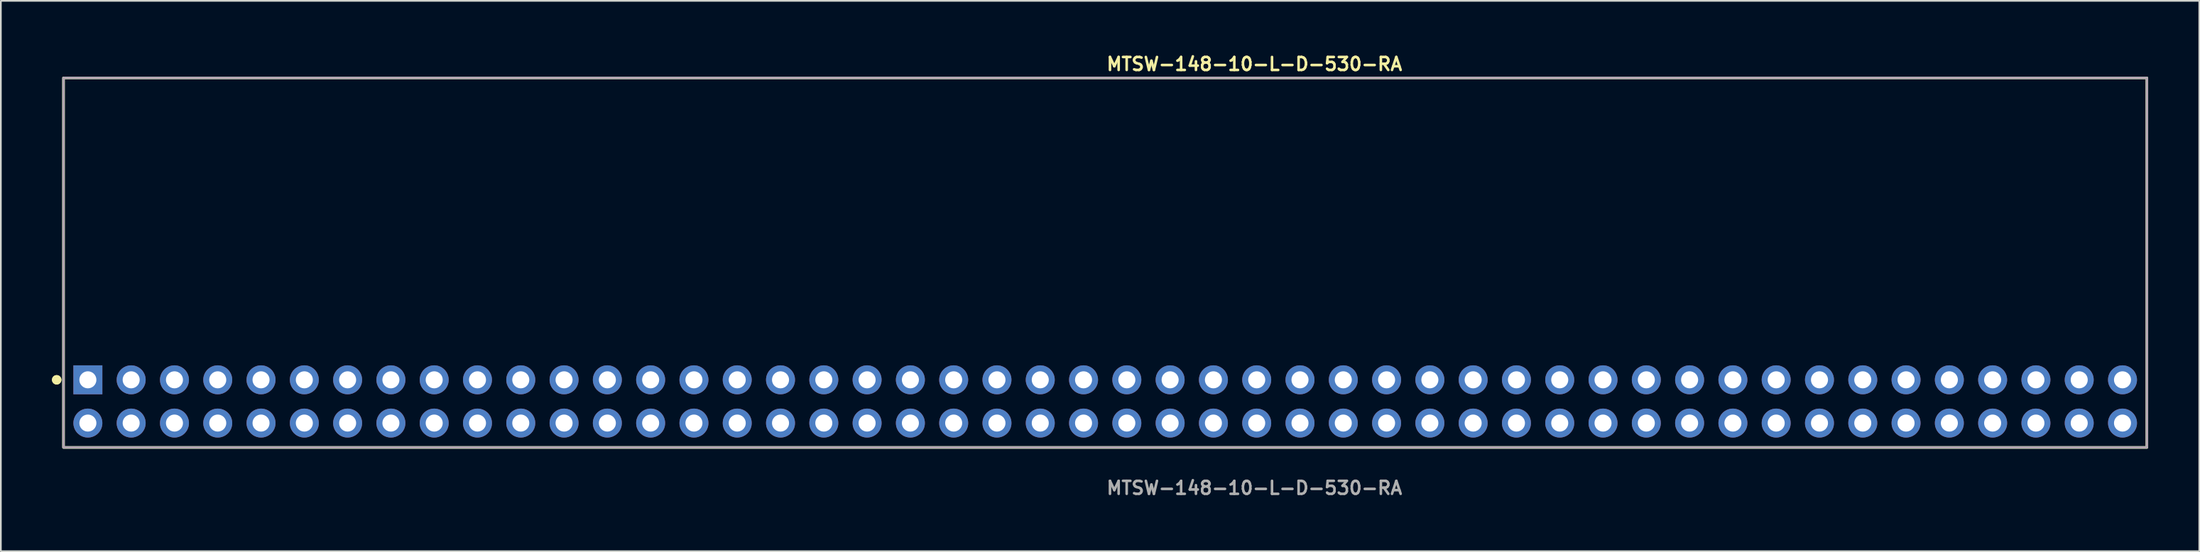
<source format=kicad_pcb>
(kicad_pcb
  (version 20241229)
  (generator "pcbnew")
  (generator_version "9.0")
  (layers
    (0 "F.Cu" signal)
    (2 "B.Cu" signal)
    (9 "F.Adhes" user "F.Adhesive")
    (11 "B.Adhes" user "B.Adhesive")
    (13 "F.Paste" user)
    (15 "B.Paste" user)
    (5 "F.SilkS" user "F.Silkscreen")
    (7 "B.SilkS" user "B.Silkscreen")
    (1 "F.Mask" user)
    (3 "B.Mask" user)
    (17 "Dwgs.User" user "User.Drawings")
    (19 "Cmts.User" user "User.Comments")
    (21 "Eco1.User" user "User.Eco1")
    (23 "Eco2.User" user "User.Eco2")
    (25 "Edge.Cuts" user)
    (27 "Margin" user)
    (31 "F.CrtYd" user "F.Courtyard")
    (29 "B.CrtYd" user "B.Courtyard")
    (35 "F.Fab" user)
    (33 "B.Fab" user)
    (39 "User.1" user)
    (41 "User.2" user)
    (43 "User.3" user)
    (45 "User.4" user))
  (footprint "MTSW-148-10-L-D-530-RA"
    (layer "F.Cu")
    (at 61.796 20.525)
    (property "Reference" "MTSW-148-10-L-D-530-RA" (at 0 -19.812 0) (unlocked yes) (layer "F.SilkS") (effects (font (size 0.762 0.762) (thickness 0.152)) (justify left)))
    (fp_rect (start -61.12 2.7) (end 61.12 -19) (stroke (width 0.152) (type solid)) (fill no) (layer "F.SilkS"))
    (fp_circle (center -61.52 -1.27) (end -61.72 -1.27) (stroke (width 0.152) (type solid)) (fill yes) (layer "F.SilkS"))
    (fp_circle (center -61.52 -1.27) (end -61.72 -1.27) (stroke (width 0.152) (type solid)) (fill yes) (layer "F.SilkS"))
    (fp_rect (start -61.12 2.7) (end 61.12 -19) (stroke (width 0.006) (type solid)) (fill no) (layer "F.CrtYd"))
    (fp_rect (start -61.12 2.7) (end 61.12 -19) (stroke (width 0.152) (type solid)) (fill no) (layer "F.Fab"))
    (fp_text user "${REFERENCE}" (at 0 5.08 0) (unlocked yes) (layer "F.Fab") (effects (font (size 0.762 0.762) (thickness 0.152)) (justify left)))
    (pad "1" thru_hole rect (at -59.69 -1.27) (size 1.7 1.7) (drill 1) (layers "*.Cu" "*.Mask"))
    (pad "2" thru_hole circle (at -59.69 1.27) (size 1.7 1.7) (drill 1) (layers "*.Cu" "*.Mask"))
    (pad "3" thru_hole circle (at -57.15 -1.27) (size 1.7 1.7) (drill 1) (layers "*.Cu" "*.Mask"))
    (pad "4" thru_hole circle (at -57.15 1.27) (size 1.7 1.7) (drill 1) (layers "*.Cu" "*.Mask"))
    (pad "5" thru_hole circle (at -54.61 -1.27) (size 1.7 1.7) (drill 1) (layers "*.Cu" "*.Mask"))
    (pad "6" thru_hole circle (at -54.61 1.27) (size 1.7 1.7) (drill 1) (layers "*.Cu" "*.Mask"))
    (pad "7" thru_hole circle (at -52.07 -1.27) (size 1.7 1.7) (drill 1) (layers "*.Cu" "*.Mask"))
    (pad "8" thru_hole circle (at -52.07 1.27) (size 1.7 1.7) (drill 1) (layers "*.Cu" "*.Mask"))
    (pad "9" thru_hole circle (at -49.53 -1.27) (size 1.7 1.7) (drill 1) (layers "*.Cu" "*.Mask"))
    (pad "10" thru_hole circle (at -49.53 1.27) (size 1.7 1.7) (drill 1) (layers "*.Cu" "*.Mask"))
    (pad "11" thru_hole circle (at -46.99 -1.27) (size 1.7 1.7) (drill 1) (layers "*.Cu" "*.Mask"))
    (pad "12" thru_hole circle (at -46.99 1.27) (size 1.7 1.7) (drill 1) (layers "*.Cu" "*.Mask"))
    (pad "13" thru_hole circle (at -44.45 -1.27) (size 1.7 1.7) (drill 1) (layers "*.Cu" "*.Mask"))
    (pad "14" thru_hole circle (at -44.45 1.27) (size 1.7 1.7) (drill 1) (layers "*.Cu" "*.Mask"))
    (pad "15" thru_hole circle (at -41.91 -1.27) (size 1.7 1.7) (drill 1) (layers "*.Cu" "*.Mask"))
    (pad "16" thru_hole circle (at -41.91 1.27) (size 1.7 1.7) (drill 1) (layers "*.Cu" "*.Mask"))
    (pad "17" thru_hole circle (at -39.37 -1.27) (size 1.7 1.7) (drill 1) (layers "*.Cu" "*.Mask"))
    (pad "18" thru_hole circle (at -39.37 1.27) (size 1.7 1.7) (drill 1) (layers "*.Cu" "*.Mask"))
    (pad "19" thru_hole circle (at -36.83 -1.27) (size 1.7 1.7) (drill 1) (layers "*.Cu" "*.Mask"))
    (pad "20" thru_hole circle (at -36.83 1.27) (size 1.7 1.7) (drill 1) (layers "*.Cu" "*.Mask"))
    (pad "21" thru_hole circle (at -34.29 -1.27) (size 1.7 1.7) (drill 1) (layers "*.Cu" "*.Mask"))
    (pad "22" thru_hole circle (at -34.29 1.27) (size 1.7 1.7) (drill 1) (layers "*.Cu" "*.Mask"))
    (pad "23" thru_hole circle (at -31.75 -1.27) (size 1.7 1.7) (drill 1) (layers "*.Cu" "*.Mask"))
    (pad "24" thru_hole circle (at -31.75 1.27) (size 1.7 1.7) (drill 1) (layers "*.Cu" "*.Mask"))
    (pad "25" thru_hole circle (at -29.21 -1.27) (size 1.7 1.7) (drill 1) (layers "*.Cu" "*.Mask"))
    (pad "26" thru_hole circle (at -29.21 1.27) (size 1.7 1.7) (drill 1) (layers "*.Cu" "*.Mask"))
    (pad "27" thru_hole circle (at -26.67 -1.27) (size 1.7 1.7) (drill 1) (layers "*.Cu" "*.Mask"))
    (pad "28" thru_hole circle (at -26.67 1.27) (size 1.7 1.7) (drill 1) (layers "*.Cu" "*.Mask"))
    (pad "29" thru_hole circle (at -24.13 -1.27) (size 1.7 1.7) (drill 1) (layers "*.Cu" "*.Mask"))
    (pad "30" thru_hole circle (at -24.13 1.27) (size 1.7 1.7) (drill 1) (layers "*.Cu" "*.Mask"))
    (pad "31" thru_hole circle (at -21.59 -1.27) (size 1.7 1.7) (drill 1) (layers "*.Cu" "*.Mask"))
    (pad "32" thru_hole circle (at -21.59 1.27) (size 1.7 1.7) (drill 1) (layers "*.Cu" "*.Mask"))
    (pad "33" thru_hole circle (at -19.05 -1.27) (size 1.7 1.7) (drill 1) (layers "*.Cu" "*.Mask"))
    (pad "34" thru_hole circle (at -19.05 1.27) (size 1.7 1.7) (drill 1) (layers "*.Cu" "*.Mask"))
    (pad "35" thru_hole circle (at -16.51 -1.27) (size 1.7 1.7) (drill 1) (layers "*.Cu" "*.Mask"))
    (pad "36" thru_hole circle (at -16.51 1.27) (size 1.7 1.7) (drill 1) (layers "*.Cu" "*.Mask"))
    (pad "37" thru_hole circle (at -13.97 -1.27) (size 1.7 1.7) (drill 1) (layers "*.Cu" "*.Mask"))
    (pad "38" thru_hole circle (at -13.97 1.27) (size 1.7 1.7) (drill 1) (layers "*.Cu" "*.Mask"))
    (pad "39" thru_hole circle (at -11.43 -1.27) (size 1.7 1.7) (drill 1) (layers "*.Cu" "*.Mask"))
    (pad "40" thru_hole circle (at -11.43 1.27) (size 1.7 1.7) (drill 1) (layers "*.Cu" "*.Mask"))
    (pad "41" thru_hole circle (at -8.89 -1.27) (size 1.7 1.7) (drill 1) (layers "*.Cu" "*.Mask"))
    (pad "42" thru_hole circle (at -8.89 1.27) (size 1.7 1.7) (drill 1) (layers "*.Cu" "*.Mask"))
    (pad "43" thru_hole circle (at -6.35 -1.27) (size 1.7 1.7) (drill 1) (layers "*.Cu" "*.Mask"))
    (pad "44" thru_hole circle (at -6.35 1.27) (size 1.7 1.7) (drill 1) (layers "*.Cu" "*.Mask"))
    (pad "45" thru_hole circle (at -3.81 -1.27) (size 1.7 1.7) (drill 1) (layers "*.Cu" "*.Mask"))
    (pad "46" thru_hole circle (at -3.81 1.27) (size 1.7 1.7) (drill 1) (layers "*.Cu" "*.Mask"))
    (pad "47" thru_hole circle (at -1.27 -1.27) (size 1.7 1.7) (drill 1) (layers "*.Cu" "*.Mask"))
    (pad "48" thru_hole circle (at -1.27 1.27) (size 1.7 1.7) (drill 1) (layers "*.Cu" "*.Mask"))
    (pad "49" thru_hole circle (at 1.27 -1.27) (size 1.7 1.7) (drill 1) (layers "*.Cu" "*.Mask"))
    (pad "50" thru_hole circle (at 1.27 1.27) (size 1.7 1.7) (drill 1) (layers "*.Cu" "*.Mask"))
    (pad "51" thru_hole circle (at 3.81 -1.27) (size 1.7 1.7) (drill 1) (layers "*.Cu" "*.Mask"))
    (pad "52" thru_hole circle (at 3.81 1.27) (size 1.7 1.7) (drill 1) (layers "*.Cu" "*.Mask"))
    (pad "53" thru_hole circle (at 6.35 -1.27) (size 1.7 1.7) (drill 1) (layers "*.Cu" "*.Mask"))
    (pad "54" thru_hole circle (at 6.35 1.27) (size 1.7 1.7) (drill 1) (layers "*.Cu" "*.Mask"))
    (pad "55" thru_hole circle (at 8.89 -1.27) (size 1.7 1.7) (drill 1) (layers "*.Cu" "*.Mask"))
    (pad "56" thru_hole circle (at 8.89 1.27) (size 1.7 1.7) (drill 1) (layers "*.Cu" "*.Mask"))
    (pad "57" thru_hole circle (at 11.43 -1.27) (size 1.7 1.7) (drill 1) (layers "*.Cu" "*.Mask"))
    (pad "58" thru_hole circle (at 11.43 1.27) (size 1.7 1.7) (drill 1) (layers "*.Cu" "*.Mask"))
    (pad "59" thru_hole circle (at 13.97 -1.27) (size 1.7 1.7) (drill 1) (layers "*.Cu" "*.Mask"))
    (pad "60" thru_hole circle (at 13.97 1.27) (size 1.7 1.7) (drill 1) (layers "*.Cu" "*.Mask"))
    (pad "61" thru_hole circle (at 16.51 -1.27) (size 1.7 1.7) (drill 1) (layers "*.Cu" "*.Mask"))
    (pad "62" thru_hole circle (at 16.51 1.27) (size 1.7 1.7) (drill 1) (layers "*.Cu" "*.Mask"))
    (pad "63" thru_hole circle (at 19.05 -1.27) (size 1.7 1.7) (drill 1) (layers "*.Cu" "*.Mask"))
    (pad "64" thru_hole circle (at 19.05 1.27) (size 1.7 1.7) (drill 1) (layers "*.Cu" "*.Mask"))
    (pad "65" thru_hole circle (at 21.59 -1.27) (size 1.7 1.7) (drill 1) (layers "*.Cu" "*.Mask"))
    (pad "66" thru_hole circle (at 21.59 1.27) (size 1.7 1.7) (drill 1) (layers "*.Cu" "*.Mask"))
    (pad "67" thru_hole circle (at 24.13 -1.27) (size 1.7 1.7) (drill 1) (layers "*.Cu" "*.Mask"))
    (pad "68" thru_hole circle (at 24.13 1.27) (size 1.7 1.7) (drill 1) (layers "*.Cu" "*.Mask"))
    (pad "69" thru_hole circle (at 26.67 -1.27) (size 1.7 1.7) (drill 1) (layers "*.Cu" "*.Mask"))
    (pad "70" thru_hole circle (at 26.67 1.27) (size 1.7 1.7) (drill 1) (layers "*.Cu" "*.Mask"))
    (pad "71" thru_hole circle (at 29.21 -1.27) (size 1.7 1.7) (drill 1) (layers "*.Cu" "*.Mask"))
    (pad "72" thru_hole circle (at 29.21 1.27) (size 1.7 1.7) (drill 1) (layers "*.Cu" "*.Mask"))
    (pad "73" thru_hole circle (at 31.75 -1.27) (size 1.7 1.7) (drill 1) (layers "*.Cu" "*.Mask"))
    (pad "74" thru_hole circle (at 31.75 1.27) (size 1.7 1.7) (drill 1) (layers "*.Cu" "*.Mask"))
    (pad "75" thru_hole circle (at 34.29 -1.27) (size 1.7 1.7) (drill 1) (layers "*.Cu" "*.Mask"))
    (pad "76" thru_hole circle (at 34.29 1.27) (size 1.7 1.7) (drill 1) (layers "*.Cu" "*.Mask"))
    (pad "77" thru_hole circle (at 36.83 -1.27) (size 1.7 1.7) (drill 1) (layers "*.Cu" "*.Mask"))
    (pad "78" thru_hole circle (at 36.83 1.27) (size 1.7 1.7) (drill 1) (layers "*.Cu" "*.Mask"))
    (pad "79" thru_hole circle (at 39.37 -1.27) (size 1.7 1.7) (drill 1) (layers "*.Cu" "*.Mask"))
    (pad "80" thru_hole circle (at 39.37 1.27) (size 1.7 1.7) (drill 1) (layers "*.Cu" "*.Mask"))
    (pad "81" thru_hole circle (at 41.91 -1.27) (size 1.7 1.7) (drill 1) (layers "*.Cu" "*.Mask"))
    (pad "82" thru_hole circle (at 41.91 1.27) (size 1.7 1.7) (drill 1) (layers "*.Cu" "*.Mask"))
    (pad "83" thru_hole circle (at 44.45 -1.27) (size 1.7 1.7) (drill 1) (layers "*.Cu" "*.Mask"))
    (pad "84" thru_hole circle (at 44.45 1.27) (size 1.7 1.7) (drill 1) (layers "*.Cu" "*.Mask"))
    (pad "85" thru_hole circle (at 46.99 -1.27) (size 1.7 1.7) (drill 1) (layers "*.Cu" "*.Mask"))
    (pad "86" thru_hole circle (at 46.99 1.27) (size 1.7 1.7) (drill 1) (layers "*.Cu" "*.Mask"))
    (pad "87" thru_hole circle (at 49.53 -1.27) (size 1.7 1.7) (drill 1) (layers "*.Cu" "*.Mask"))
    (pad "88" thru_hole circle (at 49.53 1.27) (size 1.7 1.7) (drill 1) (layers "*.Cu" "*.Mask"))
    (pad "89" thru_hole circle (at 52.07 -1.27) (size 1.7 1.7) (drill 1) (layers "*.Cu" "*.Mask"))
    (pad "90" thru_hole circle (at 52.07 1.27) (size 1.7 1.7) (drill 1) (layers "*.Cu" "*.Mask"))
    (pad "91" thru_hole circle (at 54.61 -1.27) (size 1.7 1.7) (drill 1) (layers "*.Cu" "*.Mask"))
    (pad "92" thru_hole circle (at 54.61 1.27) (size 1.7 1.7) (drill 1) (layers "*.Cu" "*.Mask"))
    (pad "93" thru_hole circle (at 57.15 -1.27) (size 1.7 1.7) (drill 1) (layers "*.Cu" "*.Mask"))
    (pad "94" thru_hole circle (at 57.15 1.27) (size 1.7 1.7) (drill 1) (layers "*.Cu" "*.Mask"))
    (pad "95" thru_hole circle (at 59.69 -1.27) (size 1.7 1.7) (drill 1) (layers "*.Cu" "*.Mask"))
    (pad "96" thru_hole circle (at 59.69 1.27) (size 1.7 1.7) (drill 1) (layers "*.Cu" "*.Mask")))
  (gr_rect
    (start -3 -3)
    (end 125.992 29.318)
    (stroke (width 0.1) (type default))
    (fill no)
    (layer "Edge.Cuts")))
</source>
